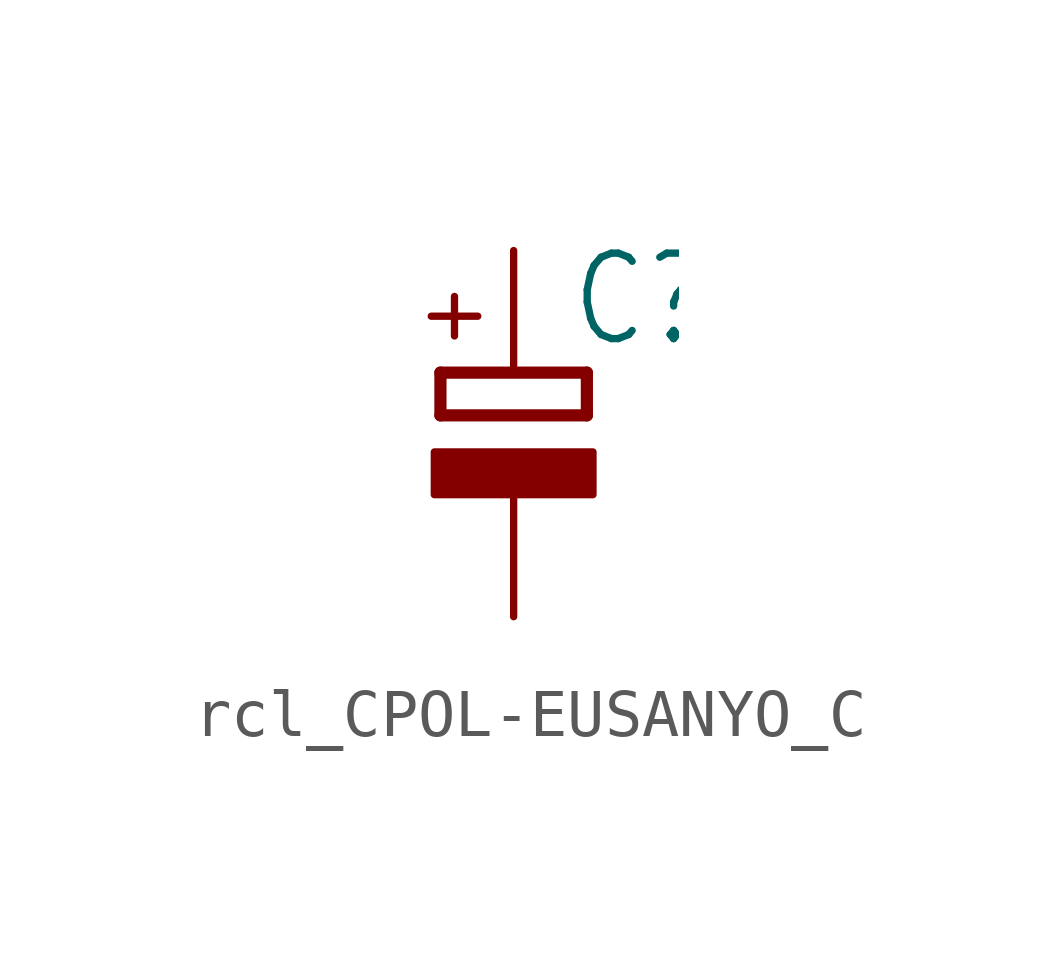
<source format=kicad_sym>
(kicad_symbol_lib
  (version 20231120)
  (generator "kicad_symbol_editor")
  (generator_version "8.0")
  (symbol "rcl_CPOL-EUSANYO_C"
    (property "Reference" "C"
      (at 1.143 0.483 0)
      (effects (font (size 1.778 1.511)) (justify left bottom)))
    (property "Value" ""
      (at 1.143 -4.597 0)
      (effects (font (size 1.778 1.511)) (justify left bottom)))
    (property "ki_locked" ""
      (at 0 0 0)
      (effects (font (size 1.27 1.27))))
    (symbol "rcl_CPOL-EUSANYO_C_1_0"
      (rectangle (start -1.651 -2.54) (end 1.651 -1.651) (stroke (width 0) (type default)) (fill (type outline)))
      (polyline (pts (xy -1.524 -0.889) (xy 1.524 -0.889)) (stroke (width 0.254) (type solid)) (fill (type none)))
      (polyline (pts (xy -1.524 0) (xy -1.524 -0.889)) (stroke (width 0.254) (type solid)) (fill (type none)))
      (polyline (pts (xy -1.524 0) (xy 1.524 0)) (stroke (width 0.254) (type solid)) (fill (type none)))
      (polyline (pts (xy 1.524 -0.889) (xy 1.524 0)) (stroke (width 0.254) (type solid)) (fill (type none)))
      (text "+" (at -0.584 0.406 900) (effects (font (size 1.27 1.079)) (justify left bottom)))
      (pin passive line (at 0 2.54 270) (length 2.54) (name "+" (effects (font (size 0 0)))) (number "+" (effects (font (size 0 0)))))
      (pin passive line (at 0 -5.08 90) (length 2.54) (name "-" (effects (font (size 0 0)))) (number "-" (effects (font (size 0 0))))))))
</source>
